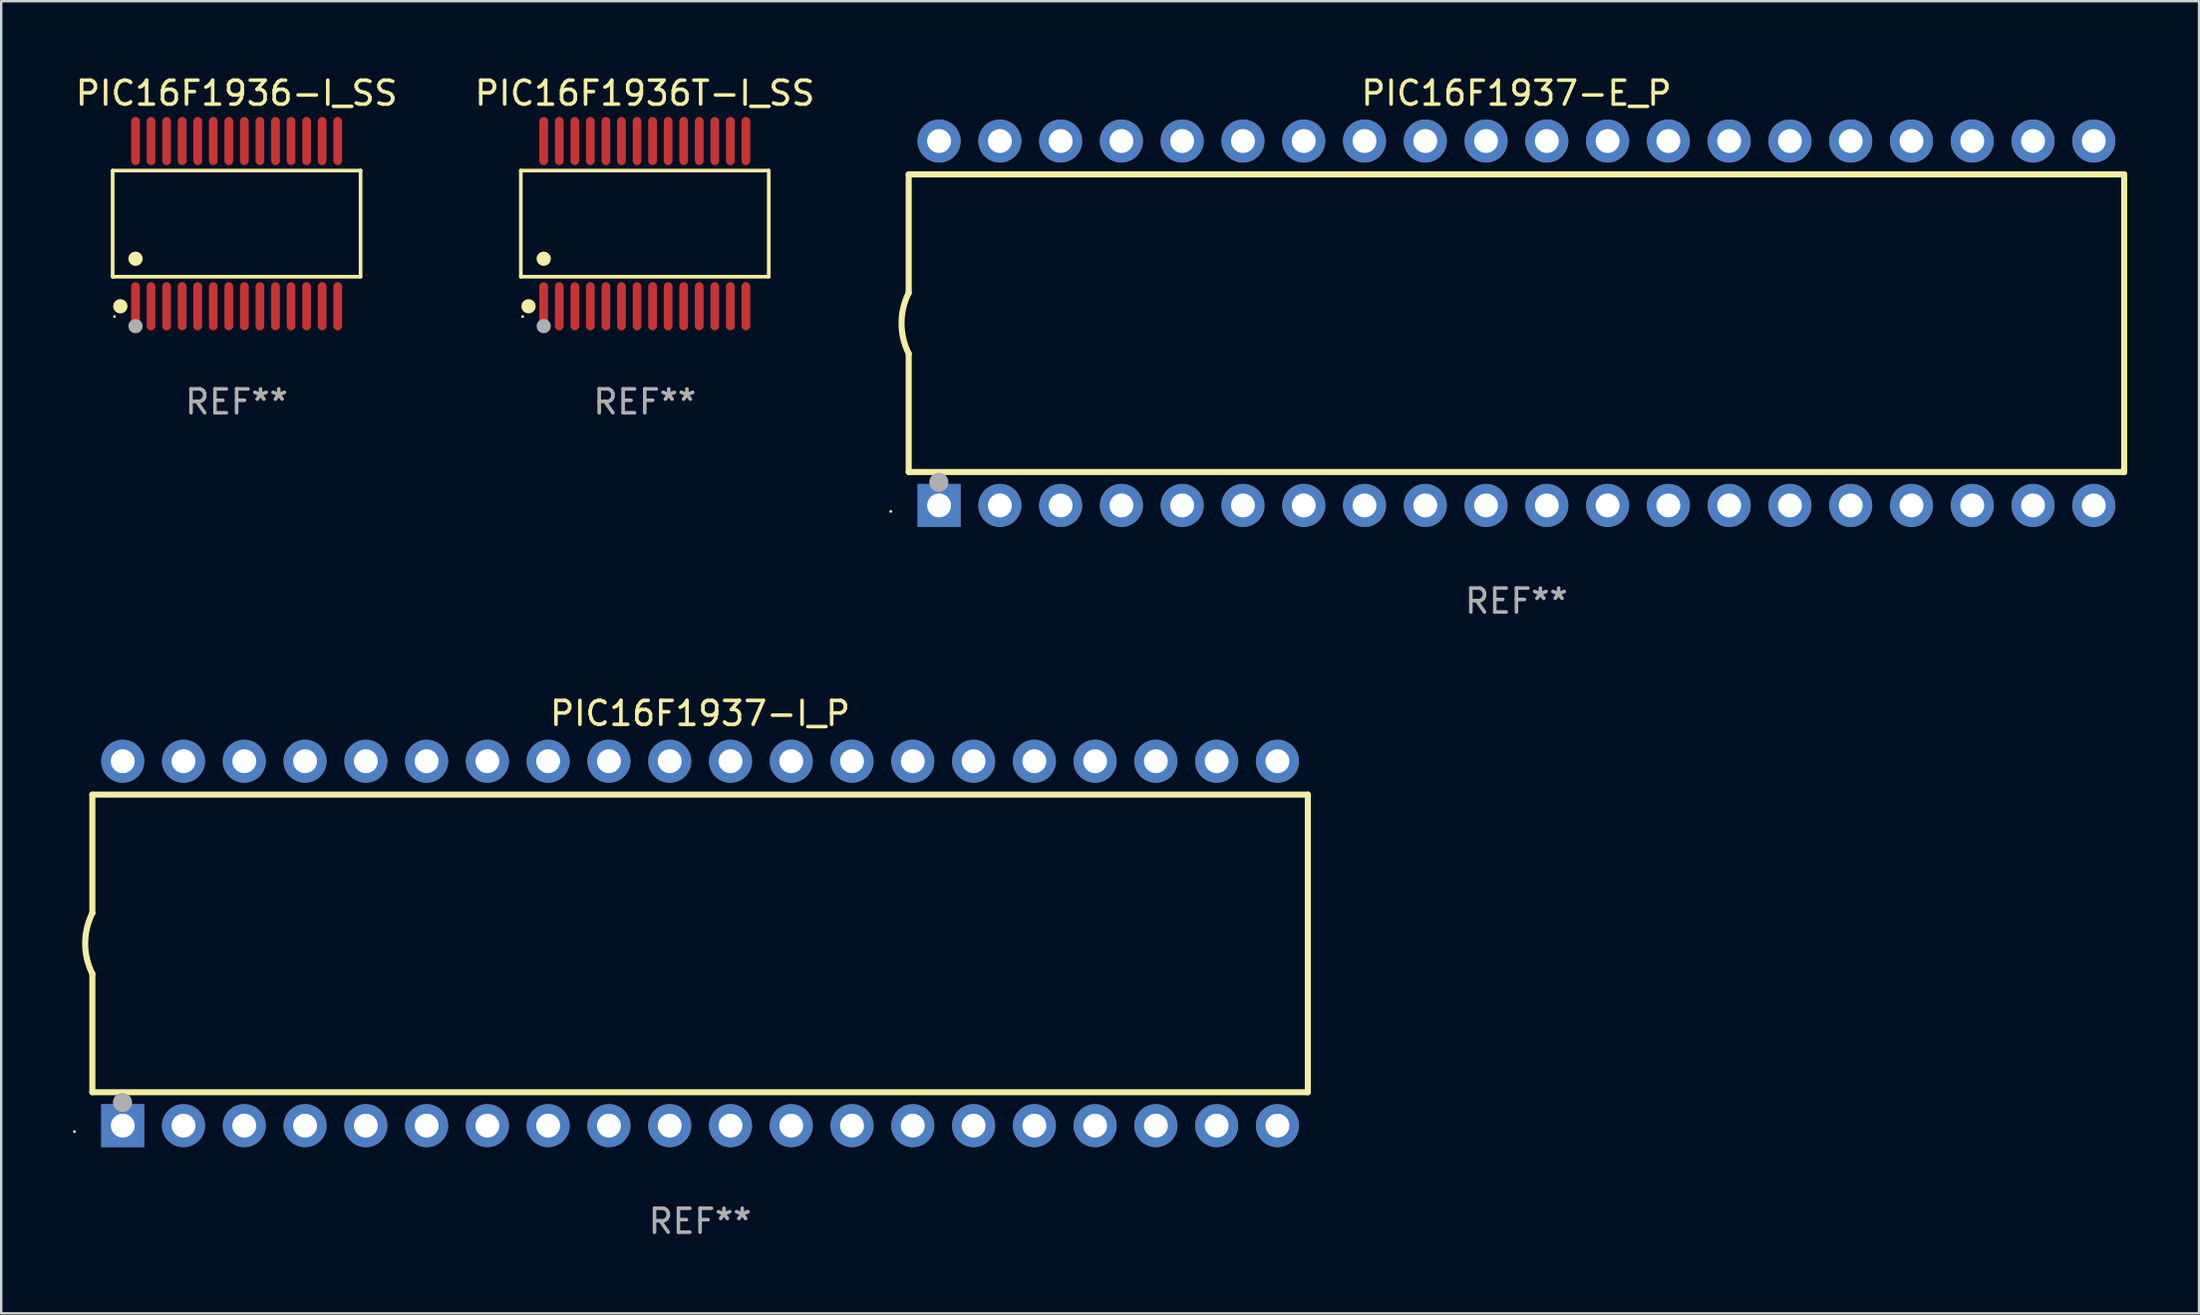
<source format=kicad_pcb>
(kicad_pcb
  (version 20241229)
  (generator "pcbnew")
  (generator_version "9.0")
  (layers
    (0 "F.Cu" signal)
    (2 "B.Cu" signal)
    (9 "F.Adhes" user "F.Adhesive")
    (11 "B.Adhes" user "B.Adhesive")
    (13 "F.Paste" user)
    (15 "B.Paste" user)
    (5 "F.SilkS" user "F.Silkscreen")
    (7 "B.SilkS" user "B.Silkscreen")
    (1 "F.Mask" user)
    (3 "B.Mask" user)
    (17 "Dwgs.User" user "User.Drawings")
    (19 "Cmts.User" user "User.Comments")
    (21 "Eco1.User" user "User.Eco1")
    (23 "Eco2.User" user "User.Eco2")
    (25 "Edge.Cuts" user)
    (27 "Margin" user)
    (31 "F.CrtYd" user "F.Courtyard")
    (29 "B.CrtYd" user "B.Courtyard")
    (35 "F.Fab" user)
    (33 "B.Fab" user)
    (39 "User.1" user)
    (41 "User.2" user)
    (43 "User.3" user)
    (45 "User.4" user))
  (footprint "PIC16F1936-I_SS"
    (layer "F.Cu")
    (at 6.839 6.303)
    (property "Reference" "PIC16F1936-I_SS" (at 0 -5.455 0) (layer "F.SilkS") (effects (font (size 1 1) (thickness 0.15))))
    (attr through_hole)
    (fp_line (start -5.181 -2.219) (end 5.181 -2.219) (stroke (width 0.152) (type solid)) (layer "F.SilkS"))
    (fp_line (start -5.181 2.219) (end -5.181 -2.219) (stroke (width 0.152) (type solid)) (layer "F.SilkS"))
    (fp_line (start 5.181 -2.219) (end 5.181 2.219) (stroke (width 0.152) (type solid)) (layer "F.SilkS"))
    (fp_line (start 5.181 2.219) (end -5.181 2.219) (stroke (width 0.152) (type solid)) (layer "F.SilkS"))
    (fp_circle (center -5.105 3.885) (end -5.075 3.885) (stroke (width 0.06) (type solid)) (fill no) (layer "F.SilkS"))
    (fp_circle (center -4.859 3.455) (end -4.709 3.455) (stroke (width 0.3) (type solid)) (fill no) (layer "F.SilkS"))
    (fp_circle (center -4.225 1.467) (end -4.075 1.467) (stroke (width 0.3) (type solid)) (fill no) (layer "F.SilkS"))
    (fp_circle (center -4.225 4.285) (end -4.075 4.285) (stroke (width 0.3) (type solid)) (fill no) (layer "F.Fab"))
    (fp_text user "REF**" (at 0 7.455 0) (layer "F.Fab") (effects (font (size 1 1) (thickness 0.15))))
    (pad "1" smd oval (at -4.225 3.455) (size 0.364 2.015) (layers "F.Cu" "F.Mask" "F.Paste"))
    (pad "2" smd oval (at -3.575 3.455) (size 0.364 2.015) (layers "F.Cu" "F.Mask" "F.Paste"))
    (pad "3" smd oval (at -2.925 3.455) (size 0.364 2.015) (layers "F.Cu" "F.Mask" "F.Paste"))
    (pad "4" smd oval (at -2.275 3.455) (size 0.364 2.015) (layers "F.Cu" "F.Mask" "F.Paste"))
    (pad "5" smd oval (at -1.625 3.455) (size 0.364 2.015) (layers "F.Cu" "F.Mask" "F.Paste"))
    (pad "6" smd oval (at -0.975 3.455) (size 0.364 2.015) (layers "F.Cu" "F.Mask" "F.Paste"))
    (pad "7" smd oval (at -0.325 3.455) (size 0.364 2.015) (layers "F.Cu" "F.Mask" "F.Paste"))
    (pad "8" smd oval (at 0.325 3.455) (size 0.364 2.015) (layers "F.Cu" "F.Mask" "F.Paste"))
    (pad "9" smd oval (at 0.975 3.455) (size 0.364 2.015) (layers "F.Cu" "F.Mask" "F.Paste"))
    (pad "10" smd oval (at 1.625 3.455) (size 0.364 2.015) (layers "F.Cu" "F.Mask" "F.Paste"))
    (pad "11" smd oval (at 2.275 3.455) (size 0.364 2.015) (layers "F.Cu" "F.Mask" "F.Paste"))
    (pad "12" smd oval (at 2.925 3.455) (size 0.364 2.015) (layers "F.Cu" "F.Mask" "F.Paste"))
    (pad "13" smd oval (at 3.575 3.455) (size 0.364 2.015) (layers "F.Cu" "F.Mask" "F.Paste"))
    (pad "14" smd oval (at 4.225 3.455) (size 0.364 2.015) (layers "F.Cu" "F.Mask" "F.Paste"))
    (pad "15" smd oval (at 4.225 -3.455) (size 0.364 2.015) (layers "F.Cu" "F.Mask" "F.Paste"))
    (pad "16" smd oval (at 3.575 -3.455) (size 0.364 2.015) (layers "F.Cu" "F.Mask" "F.Paste"))
    (pad "17" smd oval (at 2.925 -3.455) (size 0.364 2.015) (layers "F.Cu" "F.Mask" "F.Paste"))
    (pad "18" smd oval (at 2.275 -3.455) (size 0.364 2.015) (layers "F.Cu" "F.Mask" "F.Paste"))
    (pad "19" smd oval (at 1.625 -3.455) (size 0.364 2.015) (layers "F.Cu" "F.Mask" "F.Paste"))
    (pad "20" smd oval (at 0.975 -3.455) (size 0.364 2.015) (layers "F.Cu" "F.Mask" "F.Paste"))
    (pad "21" smd oval (at 0.325 -3.455) (size 0.364 2.015) (layers "F.Cu" "F.Mask" "F.Paste"))
    (pad "22" smd oval (at -0.325 -3.455) (size 0.364 2.015) (layers "F.Cu" "F.Mask" "F.Paste"))
    (pad "23" smd oval (at -0.975 -3.455) (size 0.364 2.015) (layers "F.Cu" "F.Mask" "F.Paste"))
    (pad "24" smd oval (at -1.625 -3.455) (size 0.364 2.015) (layers "F.Cu" "F.Mask" "F.Paste"))
    (pad "25" smd oval (at -2.275 -3.455) (size 0.364 2.015) (layers "F.Cu" "F.Mask" "F.Paste"))
    (pad "26" smd oval (at -2.925 -3.455) (size 0.364 2.015) (layers "F.Cu" "F.Mask" "F.Paste"))
    (pad "27" smd oval (at -3.575 -3.455) (size 0.364 2.015) (layers "F.Cu" "F.Mask" "F.Paste"))
    (pad "28" smd oval (at -4.225 -3.455) (size 0.364 2.015) (layers "F.Cu" "F.Mask" "F.Paste")))
  (footprint "PIC16F1937-E_P"
    (layer "F.Cu")
    (at 60.329 10.468)
    (property "Reference" "PIC16F1937-E_P" (at 0 -9.62 0) (layer "F.SilkS") (effects (font (size 1 1) (thickness 0.15))))
    (attr through_hole)
    (fp_line (start -25.4 -6.224) (end -25.4 -1.271) (stroke (width 0.254) (type solid)) (layer "F.SilkS"))
    (fp_line (start -25.4 -6.224) (end 25.4 -6.224) (stroke (width 0.254) (type solid)) (layer "F.SilkS"))
    (fp_line (start -25.4 1.269) (end -25.4 6.222) (stroke (width 0.254) (type solid)) (layer "F.SilkS"))
    (fp_line (start -25.4 6.222) (end 25.4 6.222) (stroke (width 0.254) (type solid)) (layer "F.SilkS"))
    (fp_line (start 25.4 6.222) (end 25.4 -6.224) (stroke (width 0.254) (type solid)) (layer "F.SilkS"))
    (fp_arc (start -25.4 1.269241) (mid -25.699807 -0.000762) (end -25.4 -1.270765) (stroke (width 0.254001) (type solid)) (layer "F.SilkS"))
    (fp_circle (center -26.15 7.87) (end -26.12 7.87) (stroke (width 0.06) (type solid)) (fill no) (layer "F.SilkS"))
    (fp_circle (center -24.14 6.65) (end -23.94 6.65) (stroke (width 0.4) (type solid)) (fill no) (layer "F.Fab"))
    (fp_text user "REF**" (at 0 11.62 0) (layer "F.Fab") (effects (font (size 1 1) (thickness 0.15))))
    (pad "1" thru_hole rect (at -24.13 7.62 90) (size 1.8 1.8) (drill 1) (layers "*.Cu" "*.Mask"))
    (pad "2" thru_hole circle (at -21.59 7.62) (size 1.8 1.8) (drill 1) (layers "*.Cu" "*.Mask"))
    (pad "3" thru_hole circle (at -19.05 7.62) (size 1.8 1.8) (drill 1) (layers "*.Cu" "*.Mask"))
    (pad "4" thru_hole circle (at -16.51 7.62) (size 1.8 1.8) (drill 1) (layers "*.Cu" "*.Mask"))
    (pad "5" thru_hole circle (at -13.97 7.62) (size 1.8 1.8) (drill 1) (layers "*.Cu" "*.Mask"))
    (pad "6" thru_hole circle (at -11.43 7.62) (size 1.8 1.8) (drill 1) (layers "*.Cu" "*.Mask"))
    (pad "7" thru_hole circle (at -8.89 7.62) (size 1.8 1.8) (drill 1) (layers "*.Cu" "*.Mask"))
    (pad "8" thru_hole circle (at -6.35 7.62) (size 1.8 1.8) (drill 1) (layers "*.Cu" "*.Mask"))
    (pad "9" thru_hole circle (at -3.81 7.62) (size 1.8 1.8) (drill 1) (layers "*.Cu" "*.Mask"))
    (pad "10" thru_hole circle (at -1.27 7.62) (size 1.8 1.8) (drill 1) (layers "*.Cu" "*.Mask"))
    (pad "11" thru_hole circle (at 1.27 7.62) (size 1.8 1.8) (drill 1) (layers "*.Cu" "*.Mask"))
    (pad "12" thru_hole circle (at 3.81 7.62) (size 1.8 1.8) (drill 1) (layers "*.Cu" "*.Mask"))
    (pad "13" thru_hole circle (at 6.35 7.62) (size 1.8 1.8) (drill 1) (layers "*.Cu" "*.Mask"))
    (pad "14" thru_hole circle (at 8.89 7.62) (size 1.8 1.8) (drill 1) (layers "*.Cu" "*.Mask"))
    (pad "15" thru_hole circle (at 11.43 7.62) (size 1.8 1.8) (drill 1) (layers "*.Cu" "*.Mask"))
    (pad "16" thru_hole circle (at 13.97 7.62) (size 1.8 1.8) (drill 1) (layers "*.Cu" "*.Mask"))
    (pad "17" thru_hole circle (at 16.51 7.62) (size 1.8 1.8) (drill 1) (layers "*.Cu" "*.Mask"))
    (pad "18" thru_hole circle (at 19.05 7.62) (size 1.8 1.8) (drill 1) (layers "*.Cu" "*.Mask"))
    (pad "19" thru_hole circle (at 21.59 7.62) (size 1.8 1.8) (drill 1) (layers "*.Cu" "*.Mask"))
    (pad "20" thru_hole circle (at 24.13 7.62) (size 1.8 1.8) (drill 1) (layers "*.Cu" "*.Mask"))
    (pad "21" thru_hole circle (at 24.13 -7.62) (size 1.8 1.8) (drill 1) (layers "*.Cu" "*.Mask"))
    (pad "22" thru_hole circle (at 21.59 -7.62) (size 1.8 1.8) (drill 1) (layers "*.Cu" "*.Mask"))
    (pad "23" thru_hole circle (at 19.05 -7.62) (size 1.8 1.8) (drill 1) (layers "*.Cu" "*.Mask"))
    (pad "24" thru_hole circle (at 16.51 -7.62) (size 1.8 1.8) (drill 1) (layers "*.Cu" "*.Mask"))
    (pad "25" thru_hole circle (at 13.97 -7.62) (size 1.8 1.8) (drill 1) (layers "*.Cu" "*.Mask"))
    (pad "26" thru_hole circle (at 11.43 -7.62) (size 1.8 1.8) (drill 1) (layers "*.Cu" "*.Mask"))
    (pad "27" thru_hole circle (at 8.89 -7.62) (size 1.8 1.8) (drill 1) (layers "*.Cu" "*.Mask"))
    (pad "28" thru_hole circle (at 6.35 -7.62) (size 1.8 1.8) (drill 1) (layers "*.Cu" "*.Mask"))
    (pad "29" thru_hole circle (at 3.81 -7.62) (size 1.8 1.8) (drill 1) (layers "*.Cu" "*.Mask"))
    (pad "30" thru_hole circle (at 1.27 -7.62) (size 1.8 1.8) (drill 1) (layers "*.Cu" "*.Mask"))
    (pad "31" thru_hole circle (at -1.27 -7.62) (size 1.8 1.8) (drill 1) (layers "*.Cu" "*.Mask"))
    (pad "32" thru_hole circle (at -3.81 -7.62) (size 1.8 1.8) (drill 1) (layers "*.Cu" "*.Mask"))
    (pad "33" thru_hole circle (at -6.35 -7.62) (size 1.8 1.8) (drill 1) (layers "*.Cu" "*.Mask"))
    (pad "34" thru_hole circle (at -8.89 -7.62) (size 1.8 1.8) (drill 1) (layers "*.Cu" "*.Mask"))
    (pad "35" thru_hole circle (at -11.43 -7.62) (size 1.8 1.8) (drill 1) (layers "*.Cu" "*.Mask"))
    (pad "36" thru_hole circle (at -13.97 -7.62) (size 1.8 1.8) (drill 1) (layers "*.Cu" "*.Mask"))
    (pad "37" thru_hole circle (at -16.51 -7.62) (size 1.8 1.8) (drill 1) (layers "*.Cu" "*.Mask"))
    (pad "38" thru_hole circle (at -19.05 -7.62) (size 1.8 1.8) (drill 1) (layers "*.Cu" "*.Mask"))
    (pad "39" thru_hole circle (at -21.59 -7.62) (size 1.8 1.8) (drill 1) (layers "*.Cu" "*.Mask"))
    (pad "40" thru_hole circle (at -24.13 -7.62) (size 1.8 1.8) (drill 1) (layers "*.Cu" "*.Mask")))
  (footprint "PIC16F1937-I_P"
    (layer "F.Cu")
    (at 26.21 36.405)
    (property "Reference" "PIC16F1937-I_P" (at 0 -9.62 0) (layer "F.SilkS") (effects (font (size 1 1) (thickness 0.15))))
    (attr through_hole)
    (fp_line (start -25.4 -6.224) (end -25.4 -1.271) (stroke (width 0.254) (type solid)) (layer "F.SilkS"))
    (fp_line (start -25.4 -6.224) (end 25.4 -6.224) (stroke (width 0.254) (type solid)) (layer "F.SilkS"))
    (fp_line (start -25.4 1.269) (end -25.4 6.222) (stroke (width 0.254) (type solid)) (layer "F.SilkS"))
    (fp_line (start -25.4 6.222) (end 25.4 6.222) (stroke (width 0.254) (type solid)) (layer "F.SilkS"))
    (fp_line (start 25.4 6.222) (end 25.4 -6.224) (stroke (width 0.254) (type solid)) (layer "F.SilkS"))
    (fp_arc (start -25.4 1.269241) (mid -25.699807 -0.000762) (end -25.4 -1.270765) (stroke (width 0.254001) (type solid)) (layer "F.SilkS"))
    (fp_circle (center -26.15 7.87) (end -26.12 7.87) (stroke (width 0.06) (type solid)) (fill no) (layer "F.SilkS"))
    (fp_circle (center -24.14 6.65) (end -23.94 6.65) (stroke (width 0.4) (type solid)) (fill no) (layer "F.Fab"))
    (fp_text user "REF**" (at 0 11.62 0) (layer "F.Fab") (effects (font (size 1 1) (thickness 0.15))))
    (pad "1" thru_hole rect (at -24.13 7.62 90) (size 1.8 1.8) (drill 1) (layers "*.Cu" "*.Mask"))
    (pad "2" thru_hole circle (at -21.59 7.62) (size 1.8 1.8) (drill 1) (layers "*.Cu" "*.Mask"))
    (pad "3" thru_hole circle (at -19.05 7.62) (size 1.8 1.8) (drill 1) (layers "*.Cu" "*.Mask"))
    (pad "4" thru_hole circle (at -16.51 7.62) (size 1.8 1.8) (drill 1) (layers "*.Cu" "*.Mask"))
    (pad "5" thru_hole circle (at -13.97 7.62) (size 1.8 1.8) (drill 1) (layers "*.Cu" "*.Mask"))
    (pad "6" thru_hole circle (at -11.43 7.62) (size 1.8 1.8) (drill 1) (layers "*.Cu" "*.Mask"))
    (pad "7" thru_hole circle (at -8.89 7.62) (size 1.8 1.8) (drill 1) (layers "*.Cu" "*.Mask"))
    (pad "8" thru_hole circle (at -6.35 7.62) (size 1.8 1.8) (drill 1) (layers "*.Cu" "*.Mask"))
    (pad "9" thru_hole circle (at -3.81 7.62) (size 1.8 1.8) (drill 1) (layers "*.Cu" "*.Mask"))
    (pad "10" thru_hole circle (at -1.27 7.62) (size 1.8 1.8) (drill 1) (layers "*.Cu" "*.Mask"))
    (pad "11" thru_hole circle (at 1.27 7.62) (size 1.8 1.8) (drill 1) (layers "*.Cu" "*.Mask"))
    (pad "12" thru_hole circle (at 3.81 7.62) (size 1.8 1.8) (drill 1) (layers "*.Cu" "*.Mask"))
    (pad "13" thru_hole circle (at 6.35 7.62) (size 1.8 1.8) (drill 1) (layers "*.Cu" "*.Mask"))
    (pad "14" thru_hole circle (at 8.89 7.62) (size 1.8 1.8) (drill 1) (layers "*.Cu" "*.Mask"))
    (pad "15" thru_hole circle (at 11.43 7.62) (size 1.8 1.8) (drill 1) (layers "*.Cu" "*.Mask"))
    (pad "16" thru_hole circle (at 13.97 7.62) (size 1.8 1.8) (drill 1) (layers "*.Cu" "*.Mask"))
    (pad "17" thru_hole circle (at 16.51 7.62) (size 1.8 1.8) (drill 1) (layers "*.Cu" "*.Mask"))
    (pad "18" thru_hole circle (at 19.05 7.62) (size 1.8 1.8) (drill 1) (layers "*.Cu" "*.Mask"))
    (pad "19" thru_hole circle (at 21.59 7.62) (size 1.8 1.8) (drill 1) (layers "*.Cu" "*.Mask"))
    (pad "20" thru_hole circle (at 24.13 7.62) (size 1.8 1.8) (drill 1) (layers "*.Cu" "*.Mask"))
    (pad "21" thru_hole circle (at 24.13 -7.62) (size 1.8 1.8) (drill 1) (layers "*.Cu" "*.Mask"))
    (pad "22" thru_hole circle (at 21.59 -7.62) (size 1.8 1.8) (drill 1) (layers "*.Cu" "*.Mask"))
    (pad "23" thru_hole circle (at 19.05 -7.62) (size 1.8 1.8) (drill 1) (layers "*.Cu" "*.Mask"))
    (pad "24" thru_hole circle (at 16.51 -7.62) (size 1.8 1.8) (drill 1) (layers "*.Cu" "*.Mask"))
    (pad "25" thru_hole circle (at 13.97 -7.62) (size 1.8 1.8) (drill 1) (layers "*.Cu" "*.Mask"))
    (pad "26" thru_hole circle (at 11.43 -7.62) (size 1.8 1.8) (drill 1) (layers "*.Cu" "*.Mask"))
    (pad "27" thru_hole circle (at 8.89 -7.62) (size 1.8 1.8) (drill 1) (layers "*.Cu" "*.Mask"))
    (pad "28" thru_hole circle (at 6.35 -7.62) (size 1.8 1.8) (drill 1) (layers "*.Cu" "*.Mask"))
    (pad "29" thru_hole circle (at 3.81 -7.62) (size 1.8 1.8) (drill 1) (layers "*.Cu" "*.Mask"))
    (pad "30" thru_hole circle (at 1.27 -7.62) (size 1.8 1.8) (drill 1) (layers "*.Cu" "*.Mask"))
    (pad "31" thru_hole circle (at -1.27 -7.62) (size 1.8 1.8) (drill 1) (layers "*.Cu" "*.Mask"))
    (pad "32" thru_hole circle (at -3.81 -7.62) (size 1.8 1.8) (drill 1) (layers "*.Cu" "*.Mask"))
    (pad "33" thru_hole circle (at -6.35 -7.62) (size 1.8 1.8) (drill 1) (layers "*.Cu" "*.Mask"))
    (pad "34" thru_hole circle (at -8.89 -7.62) (size 1.8 1.8) (drill 1) (layers "*.Cu" "*.Mask"))
    (pad "35" thru_hole circle (at -11.43 -7.62) (size 1.8 1.8) (drill 1) (layers "*.Cu" "*.Mask"))
    (pad "36" thru_hole circle (at -13.97 -7.62) (size 1.8 1.8) (drill 1) (layers "*.Cu" "*.Mask"))
    (pad "37" thru_hole circle (at -16.51 -7.62) (size 1.8 1.8) (drill 1) (layers "*.Cu" "*.Mask"))
    (pad "38" thru_hole circle (at -19.05 -7.62) (size 1.8 1.8) (drill 1) (layers "*.Cu" "*.Mask"))
    (pad "39" thru_hole circle (at -21.59 -7.62) (size 1.8 1.8) (drill 1) (layers "*.Cu" "*.Mask"))
    (pad "40" thru_hole circle (at -24.13 -7.62) (size 1.8 1.8) (drill 1) (layers "*.Cu" "*.Mask")))
  (footprint "PIC16F1936T-I_SS"
    (layer "F.Cu")
    (at 23.899 6.303)
    (property "Reference" "PIC16F1936T-I_SS" (at 0 -5.455 0) (layer "F.SilkS") (effects (font (size 1 1) (thickness 0.15))))
    (attr through_hole)
    (fp_line (start -5.181 -2.219) (end 5.181 -2.219) (stroke (width 0.152) (type solid)) (layer "F.SilkS"))
    (fp_line (start -5.181 2.219) (end -5.181 -2.219) (stroke (width 0.152) (type solid)) (layer "F.SilkS"))
    (fp_line (start 5.181 -2.219) (end 5.181 2.219) (stroke (width 0.152) (type solid)) (layer "F.SilkS"))
    (fp_line (start 5.181 2.219) (end -5.181 2.219) (stroke (width 0.152) (type solid)) (layer "F.SilkS"))
    (fp_circle (center -5.105 3.885) (end -5.075 3.885) (stroke (width 0.06) (type solid)) (fill no) (layer "F.SilkS"))
    (fp_circle (center -4.859 3.455) (end -4.709 3.455) (stroke (width 0.3) (type solid)) (fill no) (layer "F.SilkS"))
    (fp_circle (center -4.225 1.467) (end -4.075 1.467) (stroke (width 0.3) (type solid)) (fill no) (layer "F.SilkS"))
    (fp_circle (center -4.225 4.285) (end -4.075 4.285) (stroke (width 0.3) (type solid)) (fill no) (layer "F.Fab"))
    (fp_text user "REF**" (at 0 7.455 0) (layer "F.Fab") (effects (font (size 1 1) (thickness 0.15))))
    (pad "1" smd oval (at -4.225 3.455) (size 0.364 2.015) (layers "F.Cu" "F.Mask" "F.Paste"))
    (pad "2" smd oval (at -3.575 3.455) (size 0.364 2.015) (layers "F.Cu" "F.Mask" "F.Paste"))
    (pad "3" smd oval (at -2.925 3.455) (size 0.364 2.015) (layers "F.Cu" "F.Mask" "F.Paste"))
    (pad "4" smd oval (at -2.275 3.455) (size 0.364 2.015) (layers "F.Cu" "F.Mask" "F.Paste"))
    (pad "5" smd oval (at -1.625 3.455) (size 0.364 2.015) (layers "F.Cu" "F.Mask" "F.Paste"))
    (pad "6" smd oval (at -0.975 3.455) (size 0.364 2.015) (layers "F.Cu" "F.Mask" "F.Paste"))
    (pad "7" smd oval (at -0.325 3.455) (size 0.364 2.015) (layers "F.Cu" "F.Mask" "F.Paste"))
    (pad "8" smd oval (at 0.325 3.455) (size 0.364 2.015) (layers "F.Cu" "F.Mask" "F.Paste"))
    (pad "9" smd oval (at 0.975 3.455) (size 0.364 2.015) (layers "F.Cu" "F.Mask" "F.Paste"))
    (pad "10" smd oval (at 1.625 3.455) (size 0.364 2.015) (layers "F.Cu" "F.Mask" "F.Paste"))
    (pad "11" smd oval (at 2.275 3.455) (size 0.364 2.015) (layers "F.Cu" "F.Mask" "F.Paste"))
    (pad "12" smd oval (at 2.925 3.455) (size 0.364 2.015) (layers "F.Cu" "F.Mask" "F.Paste"))
    (pad "13" smd oval (at 3.575 3.455) (size 0.364 2.015) (layers "F.Cu" "F.Mask" "F.Paste"))
    (pad "14" smd oval (at 4.225 3.455) (size 0.364 2.015) (layers "F.Cu" "F.Mask" "F.Paste"))
    (pad "15" smd oval (at 4.225 -3.455) (size 0.364 2.015) (layers "F.Cu" "F.Mask" "F.Paste"))
    (pad "16" smd oval (at 3.575 -3.455) (size 0.364 2.015) (layers "F.Cu" "F.Mask" "F.Paste"))
    (pad "17" smd oval (at 2.925 -3.455) (size 0.364 2.015) (layers "F.Cu" "F.Mask" "F.Paste"))
    (pad "18" smd oval (at 2.275 -3.455) (size 0.364 2.015) (layers "F.Cu" "F.Mask" "F.Paste"))
    (pad "19" smd oval (at 1.625 -3.455) (size 0.364 2.015) (layers "F.Cu" "F.Mask" "F.Paste"))
    (pad "20" smd oval (at 0.975 -3.455) (size 0.364 2.015) (layers "F.Cu" "F.Mask" "F.Paste"))
    (pad "21" smd oval (at 0.325 -3.455) (size 0.364 2.015) (layers "F.Cu" "F.Mask" "F.Paste"))
    (pad "22" smd oval (at -0.325 -3.455) (size 0.364 2.015) (layers "F.Cu" "F.Mask" "F.Paste"))
    (pad "23" smd oval (at -0.975 -3.455) (size 0.364 2.015) (layers "F.Cu" "F.Mask" "F.Paste"))
    (pad "24" smd oval (at -1.625 -3.455) (size 0.364 2.015) (layers "F.Cu" "F.Mask" "F.Paste"))
    (pad "25" smd oval (at -2.275 -3.455) (size 0.364 2.015) (layers "F.Cu" "F.Mask" "F.Paste"))
    (pad "26" smd oval (at -2.925 -3.455) (size 0.364 2.015) (layers "F.Cu" "F.Mask" "F.Paste"))
    (pad "27" smd oval (at -3.575 -3.455) (size 0.364 2.015) (layers "F.Cu" "F.Mask" "F.Paste"))
    (pad "28" smd oval (at -4.225 -3.455) (size 0.364 2.015) (layers "F.Cu" "F.Mask" "F.Paste")))
  (gr_rect
    (start -3 -3)
    (end 88.856 51.873)
    (stroke (width 0.1) (type default))
    (fill no)
    (layer "Edge.Cuts")))
</source>
